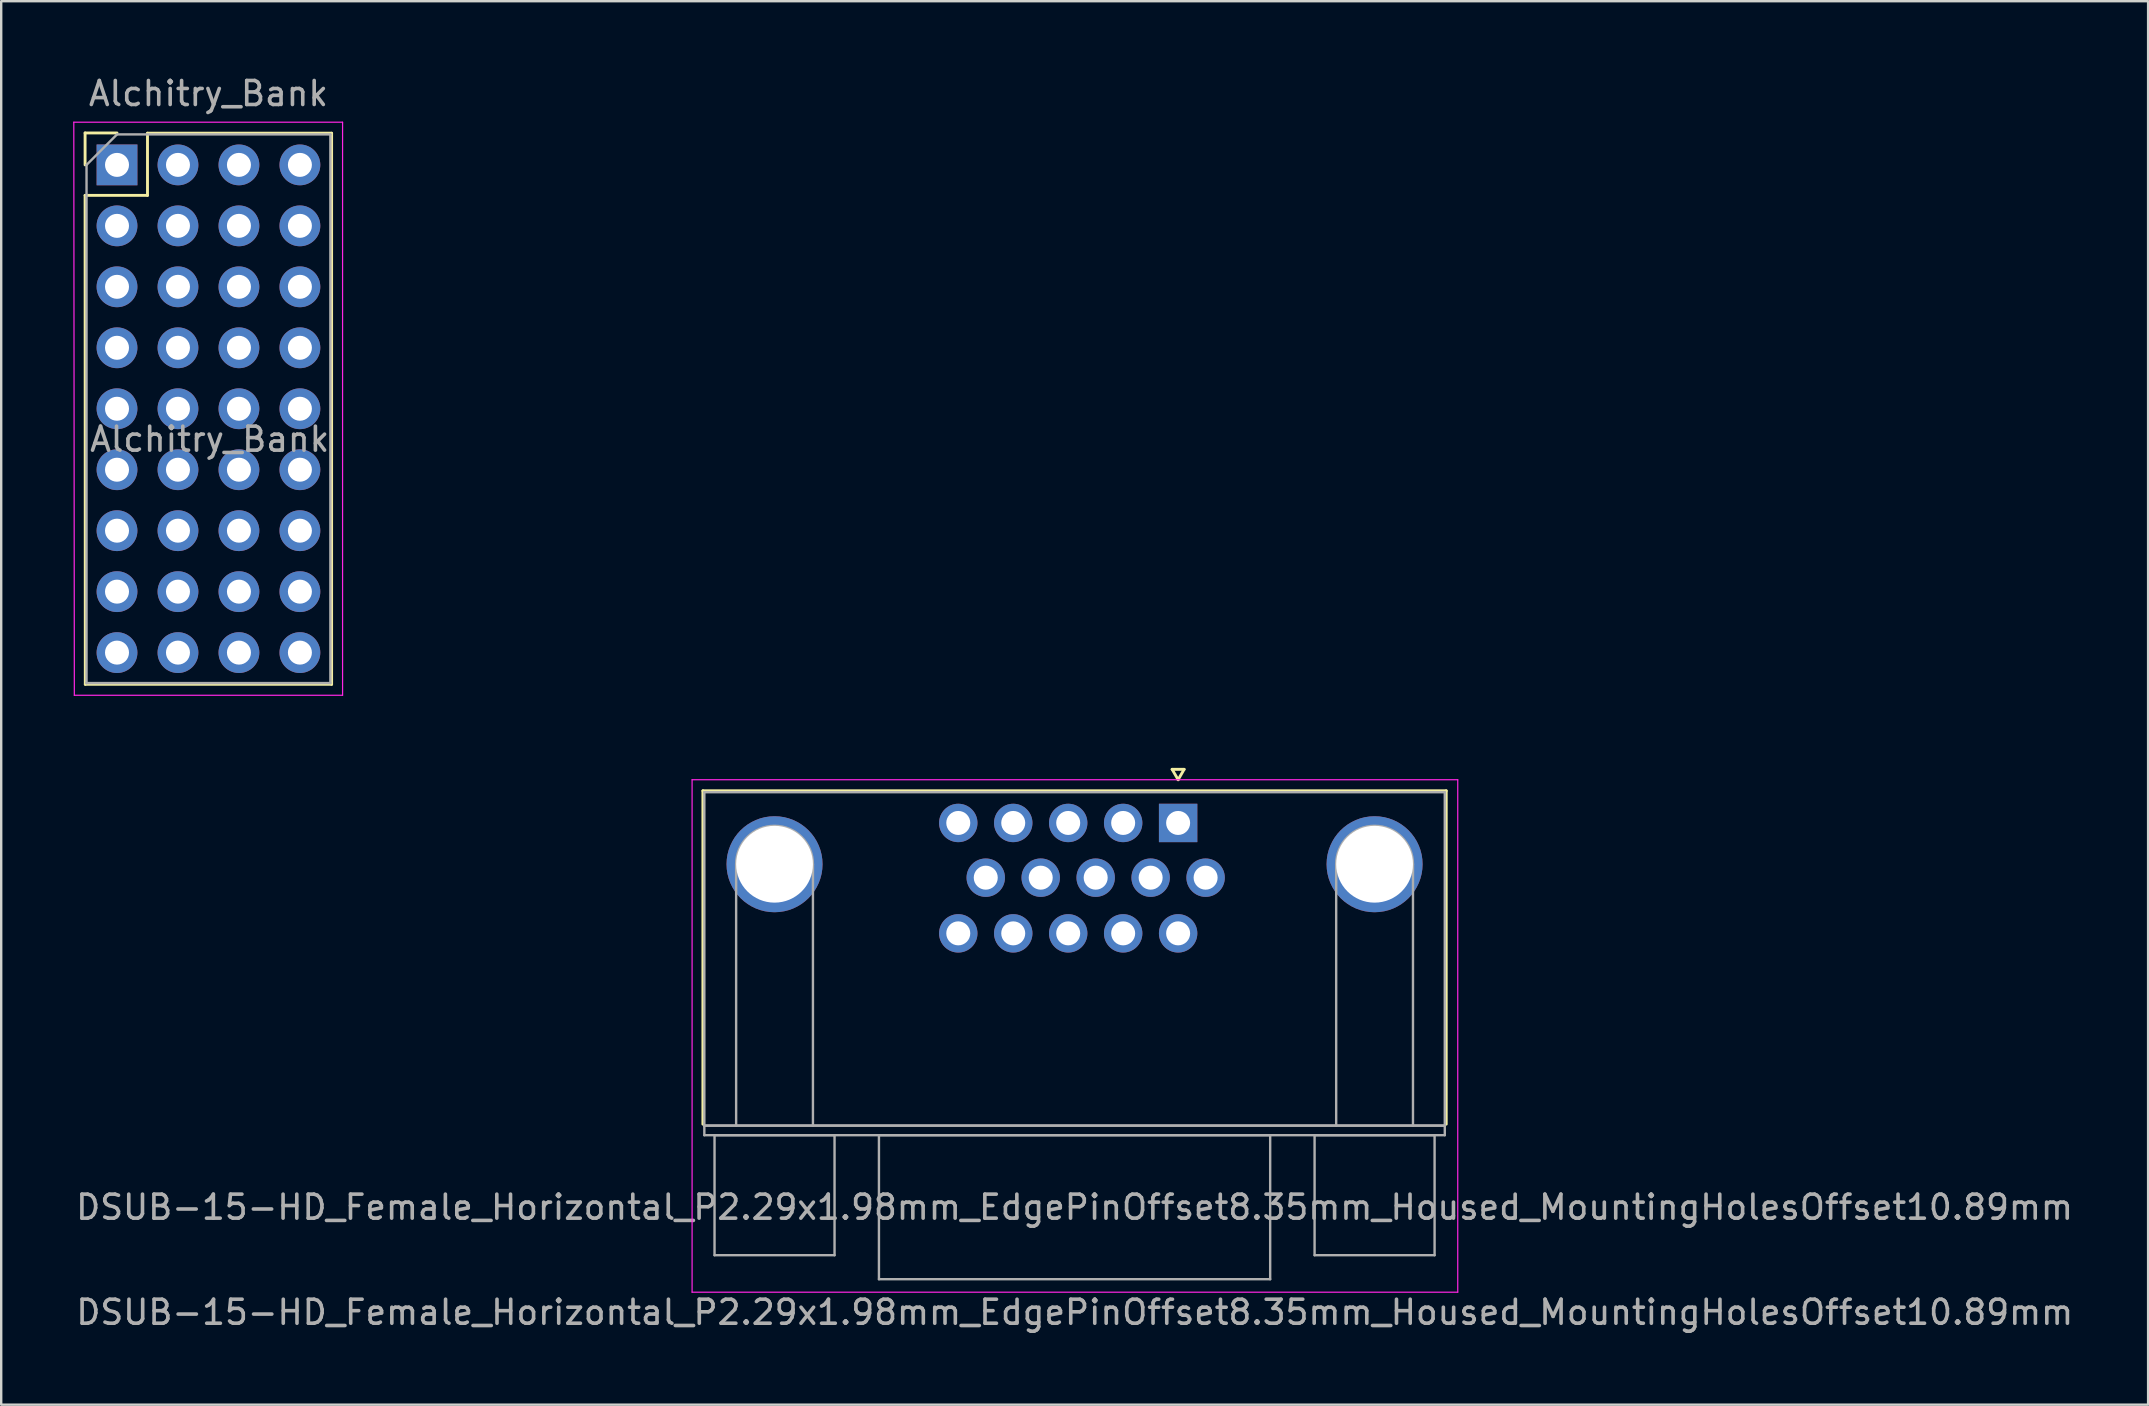
<source format=kicad_pcb>
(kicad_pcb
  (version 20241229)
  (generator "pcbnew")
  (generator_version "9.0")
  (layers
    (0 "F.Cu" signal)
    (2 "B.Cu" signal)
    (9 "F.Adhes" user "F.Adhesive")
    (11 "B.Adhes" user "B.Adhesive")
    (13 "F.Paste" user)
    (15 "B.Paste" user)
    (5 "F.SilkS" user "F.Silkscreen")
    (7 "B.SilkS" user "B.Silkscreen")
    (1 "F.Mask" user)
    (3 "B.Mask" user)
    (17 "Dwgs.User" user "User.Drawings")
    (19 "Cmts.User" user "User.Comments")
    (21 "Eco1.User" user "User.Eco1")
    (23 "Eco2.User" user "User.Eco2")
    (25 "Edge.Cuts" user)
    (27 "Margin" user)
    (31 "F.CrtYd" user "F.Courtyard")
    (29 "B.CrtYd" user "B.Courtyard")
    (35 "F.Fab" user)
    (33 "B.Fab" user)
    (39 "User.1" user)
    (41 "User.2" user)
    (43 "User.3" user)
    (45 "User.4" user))
  (footprint "DSUB-15-HD_Female_Horizontal_P2.29x1.98mm_EdgePinOffset8.35mm_Housed_MountingHolesOffset10.89mm"
    (layer "F.Cu")
    (at 46.035 31.537)
    (property "Reference" "DSUB-15-HD_Female_Horizontal_P2.29x1.98mm_EdgePinOffset8.35mm_Housed_MountingHolesOffset10.89mm" (at -4.307 20.088 0) (layer "F.Fab") (effects (font (size 1 1) (thickness 0.15))))
    (attr through_hole)
    (fp_line (start -19.8 -1.64) (end 11.17 -1.64) (stroke (width 0.12) (type solid)) (layer "F.SilkS"))
    (fp_line (start -19.8 12.25) (end -19.8 -1.64) (stroke (width 0.12) (type solid)) (layer "F.SilkS"))
    (fp_line (start -0.25 -2.534) (end 0.25 -2.534) (stroke (width 0.12) (type solid)) (layer "F.SilkS"))
    (fp_line (start 0 -2.101) (end -0.25 -2.534) (stroke (width 0.12) (type solid)) (layer "F.SilkS"))
    (fp_line (start 0.25 -2.534) (end 0 -2.101) (stroke (width 0.12) (type solid)) (layer "F.SilkS"))
    (fp_line (start 11.17 -1.64) (end 11.17 12.25) (stroke (width 0.12) (type solid)) (layer "F.SilkS"))
    (fp_line (start -20.25 -2.1) (end -20.25 19.25) (stroke (width 0.05) (type solid)) (layer "F.CrtYd"))
    (fp_line (start -20.25 19.25) (end 11.65 19.25) (stroke (width 0.05) (type solid)) (layer "F.CrtYd"))
    (fp_line (start 11.65 -2.1) (end -20.25 -2.1) (stroke (width 0.05) (type solid)) (layer "F.CrtYd"))
    (fp_line (start 11.65 19.25) (end 11.65 -2.1) (stroke (width 0.05) (type solid)) (layer "F.CrtYd"))
    (fp_line (start -19.74 -1.58) (end -19.74 12.31) (stroke (width 0.1) (type solid)) (layer "F.Fab"))
    (fp_line (start -19.74 12.31) (end -19.74 12.71) (stroke (width 0.1) (type solid)) (layer "F.Fab"))
    (fp_line (start -19.74 12.31) (end 11.11 12.31) (stroke (width 0.1) (type solid)) (layer "F.Fab"))
    (fp_line (start -19.74 12.71) (end 11.11 12.71) (stroke (width 0.1) (type solid)) (layer "F.Fab"))
    (fp_line (start -19.315 12.71) (end -19.315 17.71) (stroke (width 0.1) (type solid)) (layer "F.Fab"))
    (fp_line (start -19.315 17.71) (end -14.315 17.71) (stroke (width 0.1) (type solid)) (layer "F.Fab"))
    (fp_line (start -18.415 12.31) (end -18.415 1.42) (stroke (width 0.1) (type solid)) (layer "F.Fab"))
    (fp_line (start -15.215 12.31) (end -15.215 1.42) (stroke (width 0.1) (type solid)) (layer "F.Fab"))
    (fp_line (start -14.315 12.71) (end -19.315 12.71) (stroke (width 0.1) (type solid)) (layer "F.Fab"))
    (fp_line (start -14.315 17.71) (end -14.315 12.71) (stroke (width 0.1) (type solid)) (layer "F.Fab"))
    (fp_line (start -12.465 12.71) (end -12.465 18.71) (stroke (width 0.1) (type solid)) (layer "F.Fab"))
    (fp_line (start -12.465 18.71) (end 3.835 18.71) (stroke (width 0.1) (type solid)) (layer "F.Fab"))
    (fp_line (start 3.835 12.71) (end -12.465 12.71) (stroke (width 0.1) (type solid)) (layer "F.Fab"))
    (fp_line (start 3.835 18.71) (end 3.835 12.71) (stroke (width 0.1) (type solid)) (layer "F.Fab"))
    (fp_line (start 5.685 12.71) (end 5.685 17.71) (stroke (width 0.1) (type solid)) (layer "F.Fab"))
    (fp_line (start 5.685 17.71) (end 10.685 17.71) (stroke (width 0.1) (type solid)) (layer "F.Fab"))
    (fp_line (start 6.585 12.31) (end 6.585 1.42) (stroke (width 0.1) (type solid)) (layer "F.Fab"))
    (fp_line (start 9.785 12.31) (end 9.785 1.42) (stroke (width 0.1) (type solid)) (layer "F.Fab"))
    (fp_line (start 10.685 12.71) (end 5.685 12.71) (stroke (width 0.1) (type solid)) (layer "F.Fab"))
    (fp_line (start 10.685 17.71) (end 10.685 12.71) (stroke (width 0.1) (type solid)) (layer "F.Fab"))
    (fp_line (start 11.11 -1.58) (end -19.74 -1.58) (stroke (width 0.1) (type solid)) (layer "F.Fab"))
    (fp_line (start 11.11 12.31) (end -19.74 12.31) (stroke (width 0.1) (type solid)) (layer "F.Fab"))
    (fp_line (start 11.11 12.31) (end 11.11 -1.58) (stroke (width 0.1) (type solid)) (layer "F.Fab"))
    (fp_line (start 11.11 12.71) (end 11.11 12.31) (stroke (width 0.1) (type solid)) (layer "F.Fab"))
    (fp_arc (start -18.415 1.42) (mid -16.815 -0.18) (end -15.215 1.42) (stroke (width 0.1) (type solid)) (layer "F.Fab"))
    (fp_arc (start 6.585 1.42) (mid 8.185 -0.18) (end 9.785 1.42) (stroke (width 0.1) (type solid)) (layer "F.Fab"))
    (fp_text user "${REFERENCE}" (at -4.315 15.71 0) (layer "F.Fab") (effects (font (size 1 1) (thickness 0.15))))
    (pad "0" thru_hole circle (at -16.815 1.42) (size 4 4) (drill 3.2) (layers "*.Cu" "*.Mask"))
    (pad "0" thru_hole circle (at 8.185 1.42) (size 4 4) (drill 3.2) (layers "*.Cu" "*.Mask"))
    (pad "1" thru_hole rect (at 0 -0.3) (size 1.6 1.6) (drill 1) (layers "*.Cu" "*.Mask"))
    (pad "2" thru_hole circle (at -2.29 -0.3) (size 1.6 1.6) (drill 1) (layers "*.Cu" "*.Mask"))
    (pad "3" thru_hole circle (at -4.58 -0.3) (size 1.6 1.6) (drill 1) (layers "*.Cu" "*.Mask"))
    (pad "4" thru_hole circle (at -6.87 -0.3) (size 1.6 1.6) (drill 1) (layers "*.Cu" "*.Mask"))
    (pad "5" thru_hole circle (at -9.16 -0.3) (size 1.6 1.6) (drill 1) (layers "*.Cu" "*.Mask"))
    (pad "6" thru_hole circle (at 1.145 1.98) (size 1.6 1.6) (drill 1) (layers "*.Cu" "*.Mask"))
    (pad "7" thru_hole circle (at -1.145 1.98) (size 1.6 1.6) (drill 1) (layers "*.Cu" "*.Mask"))
    (pad "8" thru_hole circle (at -3.435 1.98) (size 1.6 1.6) (drill 1) (layers "*.Cu" "*.Mask"))
    (pad "9" thru_hole circle (at -5.725 1.98) (size 1.6 1.6) (drill 1) (layers "*.Cu" "*.Mask"))
    (pad "10" thru_hole circle (at -8.015 1.98) (size 1.6 1.6) (drill 1) (layers "*.Cu" "*.Mask"))
    (pad "11" thru_hole circle (at 0 4.3) (size 1.6 1.6) (drill 1) (layers "*.Cu" "*.Mask"))
    (pad "12" thru_hole circle (at -2.29 4.3) (size 1.6 1.6) (drill 1) (layers "*.Cu" "*.Mask"))
    (pad "13" thru_hole circle (at -4.58 4.3) (size 1.6 1.6) (drill 1) (layers "*.Cu" "*.Mask"))
    (pad "14" thru_hole circle (at -6.87 4.3) (size 1.6 1.6) (drill 1) (layers "*.Cu" "*.Mask"))
    (pad "15" thru_hole circle (at -9.16 4.3) (size 1.6 1.6) (drill 1) (layers "*.Cu" "*.Mask")))
  (footprint "Alchitry_Bank"
    (layer "F.Cu")
    (at 5.635 15.25)
    (property "Reference" "Alchitry_Bank" (at 0 -14.402 0) (unlocked yes) (layer "F.Fab") (effects (font (size 1 1) (thickness 0.15))))
    (fp_line (start -5.14 -12.76) (end -3.81 -12.76) (stroke (width 0.12) (type solid)) (layer "F.SilkS"))
    (fp_line (start -5.14 -11.43) (end -5.14 -12.76) (stroke (width 0.12) (type solid)) (layer "F.SilkS"))
    (fp_line (start -5.14 -10.16) (end -5.131 10.211) (stroke (width 0.12) (type solid)) (layer "F.SilkS"))
    (fp_line (start -5.14 -10.16) (end -2.54 -10.16) (stroke (width 0.12) (type solid)) (layer "F.SilkS"))
    (fp_line (start -5.131 10.211) (end 5.131 10.211) (stroke (width 0.12) (type solid)) (layer "F.SilkS"))
    (fp_line (start -2.54 -12.751) (end 5.131 -12.751) (stroke (width 0.12) (type solid)) (layer "F.SilkS"))
    (fp_line (start -2.54 -10.16) (end -2.54 -12.751) (stroke (width 0.12) (type solid)) (layer "F.SilkS"))
    (fp_line (start 5.131 -12.751) (end 5.131 10.211) (stroke (width 0.12) (type solid)) (layer "F.SilkS"))
    (fp_line (start -5.61 -13.208) (end -5.588 10.668) (stroke (width 0.05) (type solid)) (layer "F.CrtYd"))
    (fp_line (start -5.588 10.668) (end 5.588 10.668) (stroke (width 0.05) (type solid)) (layer "F.CrtYd"))
    (fp_line (start 5.588 -13.208) (end -5.61 -13.208) (stroke (width 0.05) (type solid)) (layer "F.CrtYd"))
    (fp_line (start 5.588 10.668) (end 5.588 -13.208) (stroke (width 0.05) (type solid)) (layer "F.CrtYd"))
    (fp_line (start -5.08 -11.43) (end -3.81 -12.7) (stroke (width 0.1) (type solid)) (layer "F.Fab"))
    (fp_line (start -5.08 10.16) (end -5.08 -11.43) (stroke (width 0.1) (type solid)) (layer "F.Fab"))
    (fp_line (start -3.81 -12.7) (end 5.08 -12.7) (stroke (width 0.1) (type solid)) (layer "F.Fab"))
    (fp_line (start 5.08 -12.7) (end 5.08 10.16) (stroke (width 0.1) (type solid)) (layer "F.Fab"))
    (fp_line (start 5.08 10.16) (end -5.08 10.16) (stroke (width 0.1) (type solid)) (layer "F.Fab"))
    (fp_text user "${REFERENCE}" (at 0.051 0 0) (unlocked yes) (layer "F.Fab") (effects (font (size 1 1) (thickness 0.15))))
    (pad "1" thru_hole rect (at -3.81 -11.43) (size 1.7 1.7) (drill 1) (layers "*.Cu" "*.Mask"))
    (pad "2" thru_hole oval (at -3.81 -8.89) (size 1.7 1.7) (drill 1) (layers "*.Cu" "*.Mask"))
    (pad "3" thru_hole oval (at -3.81 -6.35) (size 1.7 1.7) (drill 1) (layers "*.Cu" "*.Mask"))
    (pad "4" thru_hole oval (at -3.81 -3.81) (size 1.7 1.7) (drill 1) (layers "*.Cu" "*.Mask"))
    (pad "5" thru_hole oval (at -3.81 -1.27) (size 1.7 1.7) (drill 1) (layers "*.Cu" "*.Mask"))
    (pad "6" thru_hole oval (at -3.81 1.27) (size 1.7 1.7) (drill 1) (layers "*.Cu" "*.Mask"))
    (pad "7" thru_hole oval (at -3.81 3.81) (size 1.7 1.7) (drill 1) (layers "*.Cu" "*.Mask"))
    (pad "8" thru_hole oval (at -3.81 6.35) (size 1.7 1.7) (drill 1) (layers "*.Cu" "*.Mask"))
    (pad "9" thru_hole oval (at -3.81 8.89) (size 1.7 1.7) (drill 1) (layers "*.Cu" "*.Mask"))
    (pad "10" thru_hole oval (at -1.27 -11.43) (size 1.7 1.7) (drill 1) (layers "*.Cu" "*.Mask"))
    (pad "11" thru_hole oval (at -1.27 -8.89) (size 1.7 1.7) (drill 1) (layers "*.Cu" "*.Mask"))
    (pad "12" thru_hole oval (at -1.27 -6.35) (size 1.7 1.7) (drill 1) (layers "*.Cu" "*.Mask"))
    (pad "13" thru_hole oval (at -1.27 -3.81) (size 1.7 1.7) (drill 1) (layers "*.Cu" "*.Mask"))
    (pad "14" thru_hole oval (at -1.27 -1.27) (size 1.7 1.7) (drill 1) (layers "*.Cu" "*.Mask"))
    (pad "15" thru_hole oval (at -1.27 1.27) (size 1.7 1.7) (drill 1) (layers "*.Cu" "*.Mask"))
    (pad "16" thru_hole oval (at -1.27 3.81) (size 1.7 1.7) (drill 1) (layers "*.Cu" "*.Mask"))
    (pad "17" thru_hole oval (at -1.27 6.35) (size 1.7 1.7) (drill 1) (layers "*.Cu" "*.Mask"))
    (pad "18" thru_hole oval (at -1.27 8.89) (size 1.7 1.7) (drill 1) (layers "*.Cu" "*.Mask"))
    (pad "19" thru_hole oval (at 1.27 8.89) (size 1.7 1.7) (drill 1) (layers "*.Cu" "*.Mask"))
    (pad "20" thru_hole oval (at 1.27 6.35) (size 1.7 1.7) (drill 1) (layers "*.Cu" "*.Mask"))
    (pad "21" thru_hole oval (at 1.27 3.81) (size 1.7 1.7) (drill 1) (layers "*.Cu" "*.Mask"))
    (pad "22" thru_hole oval (at 1.27 1.27) (size 1.7 1.7) (drill 1) (layers "*.Cu" "*.Mask"))
    (pad "23" thru_hole oval (at 1.27 -1.27) (size 1.7 1.7) (drill 1) (layers "*.Cu" "*.Mask"))
    (pad "24" thru_hole oval (at 1.27 -3.81) (size 1.7 1.7) (drill 1) (layers "*.Cu" "*.Mask"))
    (pad "25" thru_hole oval (at 1.27 -6.35) (size 1.7 1.7) (drill 1) (layers "*.Cu" "*.Mask"))
    (pad "26" thru_hole oval (at 1.27 -8.89) (size 1.7 1.7) (drill 1) (layers "*.Cu" "*.Mask"))
    (pad "27" thru_hole oval (at 1.27 -11.43) (size 1.7 1.7) (drill 1) (layers "*.Cu" "*.Mask"))
    (pad "28" thru_hole oval (at 3.81 8.89) (size 1.7 1.7) (drill 1) (layers "*.Cu" "*.Mask"))
    (pad "29" thru_hole oval (at 3.81 6.35) (size 1.7 1.7) (drill 1) (layers "*.Cu" "*.Mask"))
    (pad "30" thru_hole oval (at 3.81 3.81) (size 1.7 1.7) (drill 1) (layers "*.Cu" "*.Mask"))
    (pad "31" thru_hole oval (at 3.81 1.27) (size 1.7 1.7) (drill 1) (layers "*.Cu" "*.Mask"))
    (pad "32" thru_hole oval (at 3.81 -1.27) (size 1.7 1.7) (drill 1) (layers "*.Cu" "*.Mask"))
    (pad "33" thru_hole oval (at 3.81 -3.81) (size 1.7 1.7) (drill 1) (layers "*.Cu" "*.Mask"))
    (pad "34" thru_hole oval (at 3.81 -6.35) (size 1.7 1.7) (drill 1) (layers "*.Cu" "*.Mask"))
    (pad "35" thru_hole oval (at 3.81 -8.89) (size 1.7 1.7) (drill 1) (layers "*.Cu" "*.Mask"))
    (pad "36" thru_hole oval (at 3.81 -11.43) (size 1.7 1.7) (drill 1) (layers "*.Cu" "*.Mask")))
  (gr_rect
    (start -3 -3)
    (end 86.448 55.474)
    (stroke (width 0.1) (type default))
    (fill no)
    (layer "Edge.Cuts")))
</source>
